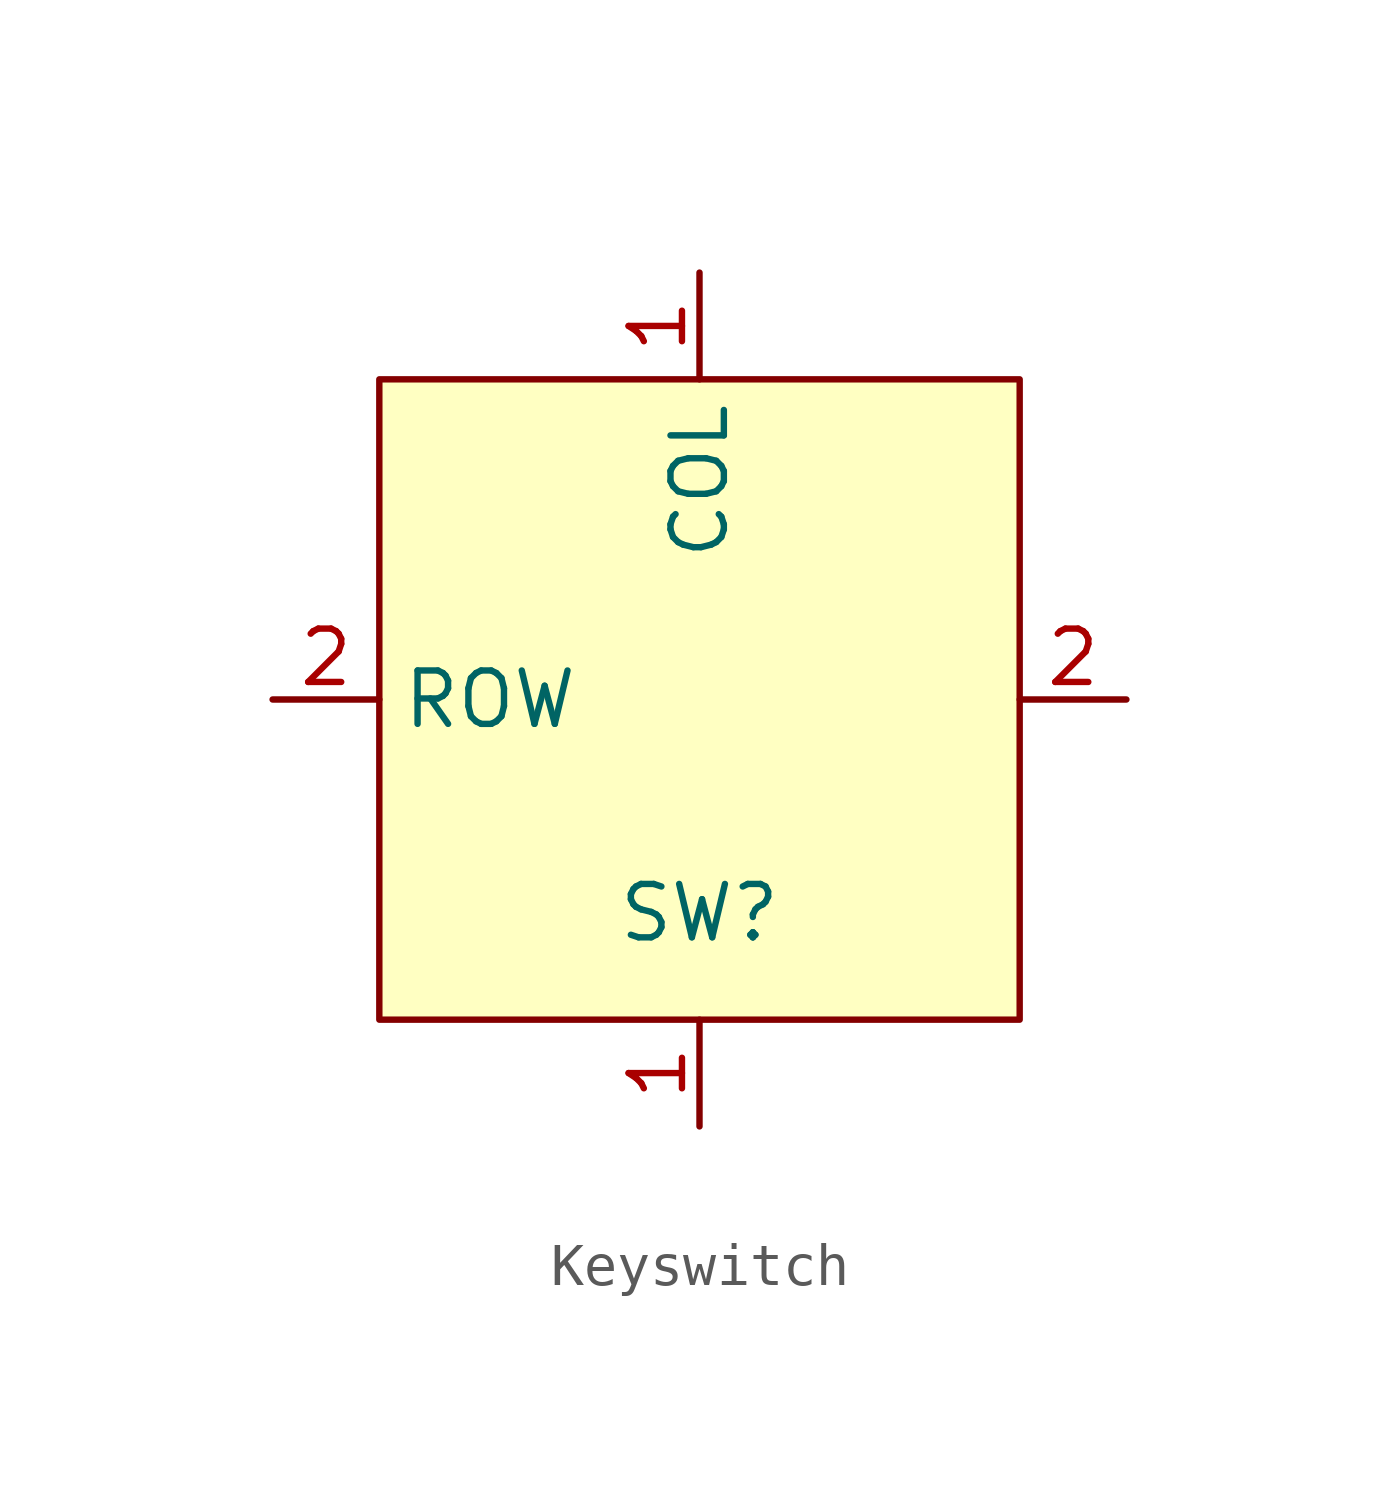
<source format=kicad_sym>
(kicad_symbol_lib
  (version 20211014)
  (generator kicad_symbol_editor)
  (symbol "Keyswitch"
    (property "Reference" "SW"
      (at 0 -5.08 0)
      (effects (font (size 1.27 1.27))))
    (symbol "Keyswitch_0_1"
      (rectangle (start -7.62 7.62) (end 7.62 -7.62) (stroke (width 0) (type default) (color 0 0 0 0)) (fill (type background))))
    (symbol "Keyswitch_1_1"
      (pin input line (at 0 -10.16 90) (length 2.54) (name "" (effects (font (size 1.27 1.27)))) (number "1" (effects (font (size 1.27 1.27)))))
      (pin input line (at 0 10.16 270) (length 2.54) (name "COL" (effects (font (size 1.27 1.27)))) (number "1" (effects (font (size 1.27 1.27)))))
      (pin input line (at 10.16 0 180) (length 2.54) (name "" (effects (font (size 1.27 1.27)))) (number "2" (effects (font (size 1.27 1.27)))))
      (pin input line (at -10.16 0 0) (length 2.54) (name "ROW" (effects (font (size 1.27 1.27)))) (number "2" (effects (font (size 1.27 1.27))))))))
</source>
